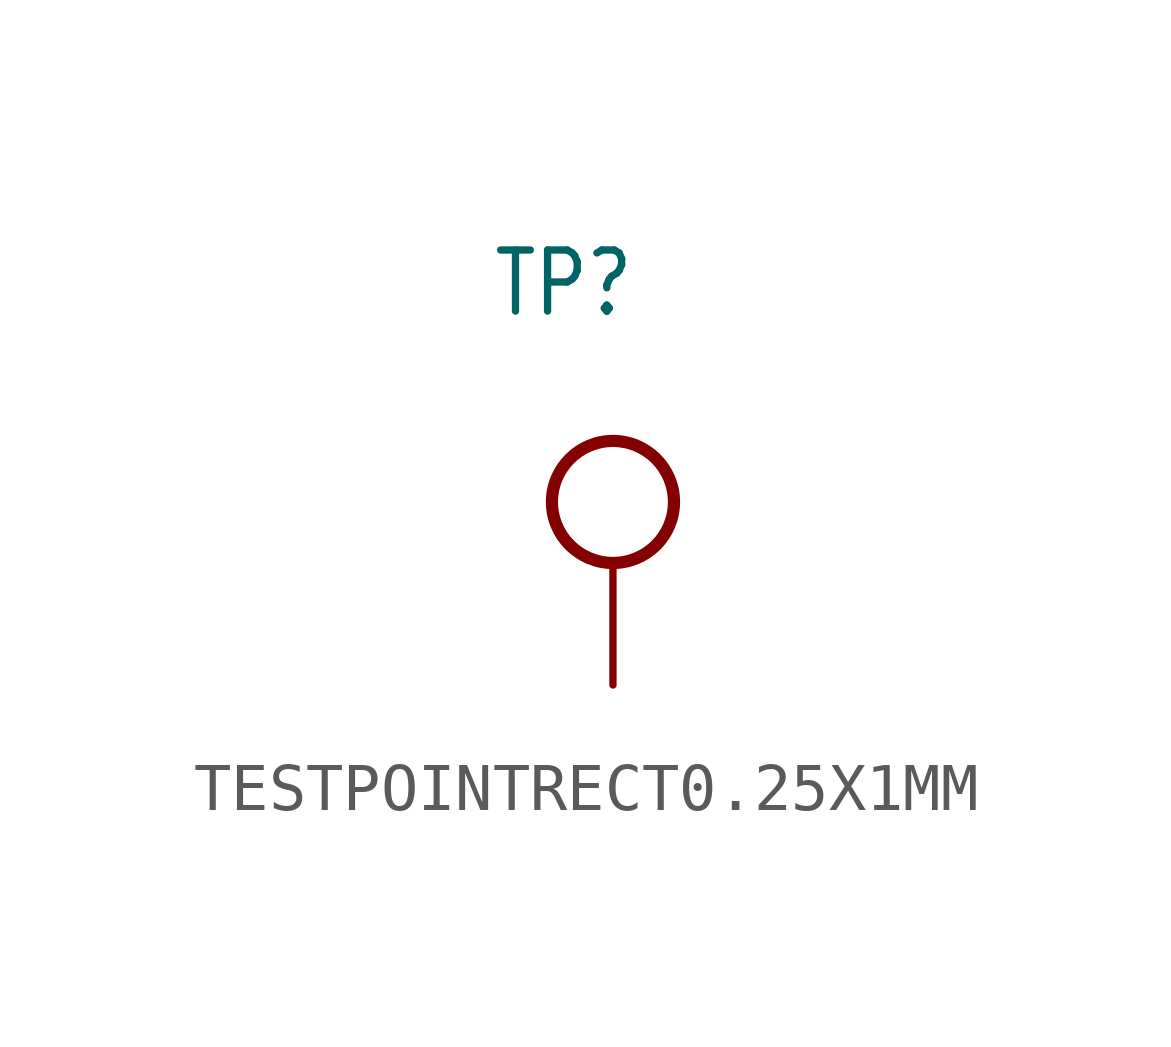
<source format=kicad_sym>
(kicad_symbol_lib
  (version 20220914)
  (generator kicad_symbol_editor)
  (symbol "TESTPOINTRECT0.25X1MM"
    (property "Reference" "TP"
      (at -2.54 7.62 0)
      (effects (font (size 1.27 1.079)) (justify left bottom)))
    (property "Value" ""
      (at -2.54 5.715 0)
      (effects (font (size 1.27 1.079)) (justify left bottom)))
    (property "ki_locked" ""
      (at 0 0 0)
      (effects (font (size 1.27 1.27))))
    (symbol "TESTPOINTRECT0.25X1MM_1_0"
      (circle (center 0 3.81) (radius 1.27) (stroke (width 0.254) (type solid)) (fill (type none)))
      (pin bidirectional line (at 0 0 90) (length 2.54) (name "P$1" (effects (font (size 0 0)))) (number "P$1" (effects (font (size 0 0))))))))
</source>
